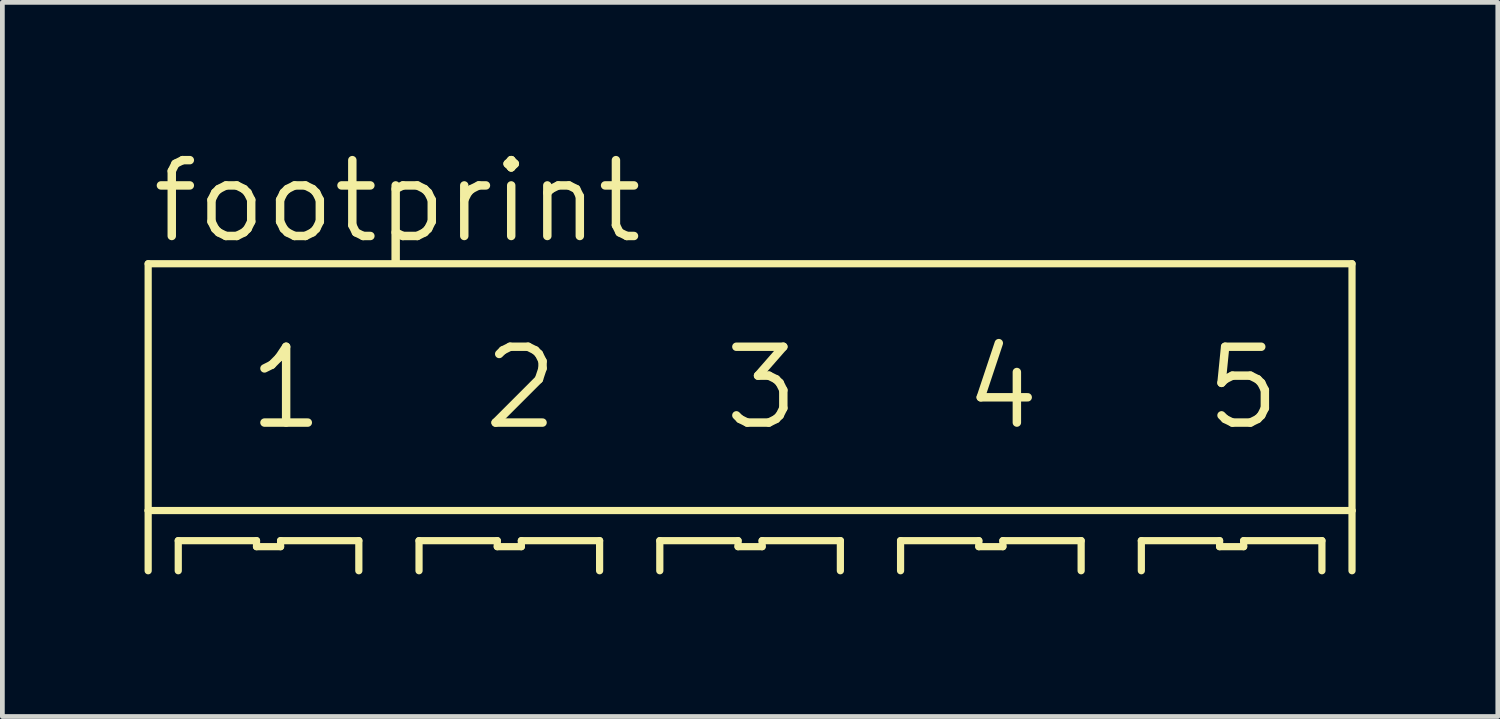
<source format=kicad_pcb>
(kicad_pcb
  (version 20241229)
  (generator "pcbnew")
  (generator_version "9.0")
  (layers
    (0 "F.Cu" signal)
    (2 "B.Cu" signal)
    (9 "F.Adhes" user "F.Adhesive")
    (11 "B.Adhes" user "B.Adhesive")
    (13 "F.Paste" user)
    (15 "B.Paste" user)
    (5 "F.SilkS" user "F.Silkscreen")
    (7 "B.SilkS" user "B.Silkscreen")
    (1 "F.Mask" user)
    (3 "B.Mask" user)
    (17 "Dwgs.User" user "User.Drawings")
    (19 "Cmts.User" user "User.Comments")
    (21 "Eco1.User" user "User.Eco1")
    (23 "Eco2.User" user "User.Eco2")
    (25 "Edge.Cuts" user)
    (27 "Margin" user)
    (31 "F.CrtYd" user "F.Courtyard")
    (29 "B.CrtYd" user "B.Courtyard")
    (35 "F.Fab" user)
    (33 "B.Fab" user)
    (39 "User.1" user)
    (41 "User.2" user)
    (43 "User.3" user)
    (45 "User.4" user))
  (footprint "footprint"
    (layer "F.Cu")
    (at 12.776 6.071)
    (property "Reference" "footprint" (at -12.7 -3.937 0) (layer "F.SilkS") (effects (font (size 1.6 1.6) (thickness 0.178)) (justify left bottom)))
    (fp_line (start -12.7 -3.556) (end 12.7 -3.556) (stroke (width 0.152) (type solid)) (layer "F.SilkS"))
    (fp_line (start -12.7 1.651) (end -12.7 -3.556) (stroke (width 0.152) (type solid)) (layer "F.SilkS"))
    (fp_line (start -12.7 1.651) (end 12.7 1.651) (stroke (width 0.152) (type solid)) (layer "F.SilkS"))
    (fp_line (start -12.7 2.921) (end -12.7 1.651) (stroke (width 0.152) (type solid)) (layer "F.SilkS"))
    (fp_line (start -12.065 2.286) (end -12.065 2.921) (stroke (width 0.152) (type solid)) (layer "F.SilkS"))
    (fp_line (start -10.414 2.286) (end -12.065 2.286) (stroke (width 0.152) (type solid)) (layer "F.SilkS"))
    (fp_line (start -10.414 2.413) (end -10.414 2.286) (stroke (width 0.152) (type solid)) (layer "F.SilkS"))
    (fp_line (start -9.906 2.286) (end -9.906 2.413) (stroke (width 0.152) (type solid)) (layer "F.SilkS"))
    (fp_line (start -9.906 2.413) (end -10.414 2.413) (stroke (width 0.152) (type solid)) (layer "F.SilkS"))
    (fp_line (start -8.255 2.286) (end -9.906 2.286) (stroke (width 0.152) (type solid)) (layer "F.SilkS"))
    (fp_line (start -8.255 2.921) (end -8.255 2.286) (stroke (width 0.152) (type solid)) (layer "F.SilkS"))
    (fp_line (start -6.985 2.286) (end -6.985 2.921) (stroke (width 0.152) (type solid)) (layer "F.SilkS"))
    (fp_line (start -5.334 2.286) (end -6.985 2.286) (stroke (width 0.152) (type solid)) (layer "F.SilkS"))
    (fp_line (start -5.334 2.413) (end -5.334 2.286) (stroke (width 0.152) (type solid)) (layer "F.SilkS"))
    (fp_line (start -4.826 2.286) (end -4.826 2.413) (stroke (width 0.152) (type solid)) (layer "F.SilkS"))
    (fp_line (start -4.826 2.413) (end -5.334 2.413) (stroke (width 0.152) (type solid)) (layer "F.SilkS"))
    (fp_line (start -3.175 2.286) (end -4.826 2.286) (stroke (width 0.152) (type solid)) (layer "F.SilkS"))
    (fp_line (start -3.175 2.921) (end -3.175 2.286) (stroke (width 0.152) (type solid)) (layer "F.SilkS"))
    (fp_line (start -1.905 2.286) (end -1.905 2.921) (stroke (width 0.152) (type solid)) (layer "F.SilkS"))
    (fp_line (start -0.254 2.286) (end -1.905 2.286) (stroke (width 0.152) (type solid)) (layer "F.SilkS"))
    (fp_line (start -0.254 2.413) (end -0.254 2.286) (stroke (width 0.152) (type solid)) (layer "F.SilkS"))
    (fp_line (start 0.254 2.286) (end 0.254 2.413) (stroke (width 0.152) (type solid)) (layer "F.SilkS"))
    (fp_line (start 0.254 2.413) (end -0.254 2.413) (stroke (width 0.152) (type solid)) (layer "F.SilkS"))
    (fp_line (start 1.905 2.286) (end 0.254 2.286) (stroke (width 0.152) (type solid)) (layer "F.SilkS"))
    (fp_line (start 1.905 2.921) (end 1.905 2.286) (stroke (width 0.152) (type solid)) (layer "F.SilkS"))
    (fp_line (start 3.175 2.286) (end 3.175 2.921) (stroke (width 0.152) (type solid)) (layer "F.SilkS"))
    (fp_line (start 4.826 2.286) (end 3.175 2.286) (stroke (width 0.152) (type solid)) (layer "F.SilkS"))
    (fp_line (start 4.826 2.413) (end 4.826 2.286) (stroke (width 0.152) (type solid)) (layer "F.SilkS"))
    (fp_line (start 5.334 2.286) (end 5.334 2.413) (stroke (width 0.152) (type solid)) (layer "F.SilkS"))
    (fp_line (start 5.334 2.413) (end 4.826 2.413) (stroke (width 0.152) (type solid)) (layer "F.SilkS"))
    (fp_line (start 6.985 2.286) (end 5.334 2.286) (stroke (width 0.152) (type solid)) (layer "F.SilkS"))
    (fp_line (start 6.985 2.921) (end 6.985 2.286) (stroke (width 0.152) (type solid)) (layer "F.SilkS"))
    (fp_line (start 8.255 2.286) (end 8.255 2.921) (stroke (width 0.152) (type solid)) (layer "F.SilkS"))
    (fp_line (start 9.906 2.286) (end 8.255 2.286) (stroke (width 0.152) (type solid)) (layer "F.SilkS"))
    (fp_line (start 9.906 2.413) (end 9.906 2.286) (stroke (width 0.152) (type solid)) (layer "F.SilkS"))
    (fp_line (start 10.414 2.286) (end 10.414 2.413) (stroke (width 0.152) (type solid)) (layer "F.SilkS"))
    (fp_line (start 10.414 2.413) (end 9.906 2.413) (stroke (width 0.152) (type solid)) (layer "F.SilkS"))
    (fp_line (start 12.065 2.286) (end 10.414 2.286) (stroke (width 0.152) (type solid)) (layer "F.SilkS"))
    (fp_line (start 12.065 2.921) (end 12.065 2.286) (stroke (width 0.152) (type solid)) (layer "F.SilkS"))
    (fp_line (start 12.7 -3.556) (end 12.7 1.651) (stroke (width 0.152) (type solid)) (layer "F.SilkS"))
    (fp_line (start 12.7 1.651) (end 12.7 2.921) (stroke (width 0.152) (type solid)) (layer "F.SilkS"))
    (fp_text user "1" (at -10.668 0 0) (layer "F.SilkS") (effects (font (size 1.6 1.6) (thickness 0.178)) (justify left bottom)))
    (fp_text user "4" (at 4.445 0 0) (layer "F.SilkS") (effects (font (size 1.6 1.6) (thickness 0.178)) (justify left bottom)))
    (fp_text user "2" (at -5.715 0 0) (layer "F.SilkS") (effects (font (size 1.6 1.6) (thickness 0.178)) (justify left bottom)))
    (fp_text user "5" (at 9.525 0 0) (layer "F.SilkS") (effects (font (size 1.6 1.6) (thickness 0.178)) (justify left bottom)))
    (fp_text user "3" (at -0.635 0 0) (layer "F.SilkS") (effects (font (size 1.6 1.6) (thickness 0.178)) (justify left bottom))))
  (gr_rect
    (start -3 -3)
    (end 28.552 12.068)
    (stroke (width 0.1) (type default))
    (fill no)
    (layer "Edge.Cuts")))
</source>
